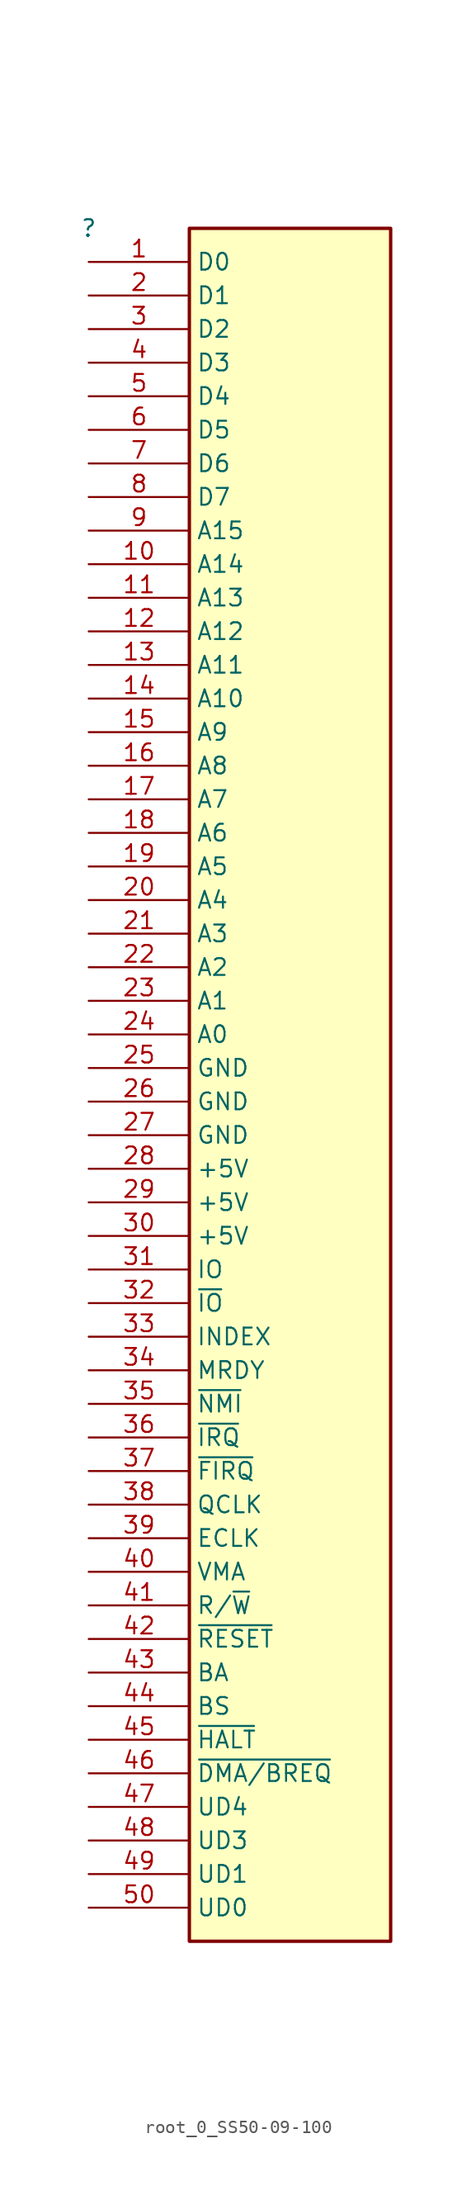
<source format=kicad_sym>
(kicad_symbol_lib
  (version 20231120)
  (generator "kicad_symbol_editor")
  (generator_version "8.0")
  (symbol "root_0_SS50-09-100"
    (property "Reference" ""
      (at 0 0 0)
      (effects (font (size 1.27 1.27))))
    (property "Value" ""
      (at 0 0 0)
      (effects (font (size 1.27 1.27))))
    (symbol "root_0_SS50-09-100_1_0"
      (rectangle (start 22.86 0) (end 7.62 -129.54) (stroke (width 0.254) (type solid) (color 128 0 0 1)) (fill (type background)))
      (pin bidirectional line (at 0 -2.54 0) (length 7.62) (name "D0" (effects (font (size 1.27 1.27)))) (number "1" (effects (font (size 1.27 1.27)))))
      (pin bidirectional line (at 0 -25.4 0) (length 7.62) (name "A14" (effects (font (size 1.27 1.27)))) (number "10" (effects (font (size 1.27 1.27)))))
      (pin bidirectional line (at 0 -27.94 0) (length 7.62) (name "A13" (effects (font (size 1.27 1.27)))) (number "11" (effects (font (size 1.27 1.27)))))
      (pin bidirectional line (at 0 -30.48 0) (length 7.62) (name "A12" (effects (font (size 1.27 1.27)))) (number "12" (effects (font (size 1.27 1.27)))))
      (pin bidirectional line (at 0 -33.02 0) (length 7.62) (name "A11" (effects (font (size 1.27 1.27)))) (number "13" (effects (font (size 1.27 1.27)))))
      (pin bidirectional line (at 0 -35.56 0) (length 7.62) (name "A10" (effects (font (size 1.27 1.27)))) (number "14" (effects (font (size 1.27 1.27)))))
      (pin bidirectional line (at 0 -38.1 0) (length 7.62) (name "A9" (effects (font (size 1.27 1.27)))) (number "15" (effects (font (size 1.27 1.27)))))
      (pin bidirectional line (at 0 -40.64 0) (length 7.62) (name "A8" (effects (font (size 1.27 1.27)))) (number "16" (effects (font (size 1.27 1.27)))))
      (pin bidirectional line (at 0 -43.18 0) (length 7.62) (name "A7" (effects (font (size 1.27 1.27)))) (number "17" (effects (font (size 1.27 1.27)))))
      (pin bidirectional line (at 0 -45.72 0) (length 7.62) (name "A6" (effects (font (size 1.27 1.27)))) (number "18" (effects (font (size 1.27 1.27)))))
      (pin bidirectional line (at 0 -48.26 0) (length 7.62) (name "A5" (effects (font (size 1.27 1.27)))) (number "19" (effects (font (size 1.27 1.27)))))
      (pin bidirectional line (at 0 -5.08 0) (length 7.62) (name "D1" (effects (font (size 1.27 1.27)))) (number "2" (effects (font (size 1.27 1.27)))))
      (pin bidirectional line (at 0 -50.8 0) (length 7.62) (name "A4" (effects (font (size 1.27 1.27)))) (number "20" (effects (font (size 1.27 1.27)))))
      (pin bidirectional line (at 0 -53.34 0) (length 7.62) (name "A3" (effects (font (size 1.27 1.27)))) (number "21" (effects (font (size 1.27 1.27)))))
      (pin bidirectional line (at 0 -55.88 0) (length 7.62) (name "A2" (effects (font (size 1.27 1.27)))) (number "22" (effects (font (size 1.27 1.27)))))
      (pin bidirectional line (at 0 -58.42 0) (length 7.62) (name "A1" (effects (font (size 1.27 1.27)))) (number "23" (effects (font (size 1.27 1.27)))))
      (pin bidirectional line (at 0 -60.96 0) (length 7.62) (name "A0" (effects (font (size 1.27 1.27)))) (number "24" (effects (font (size 1.27 1.27)))))
      (pin power_in line (at 0 -63.5 0) (length 7.62) (name "GND" (effects (font (size 1.27 1.27)))) (number "25" (effects (font (size 1.27 1.27)))))
      (pin power_in line (at 0 -66.04 0) (length 7.62) (name "GND" (effects (font (size 1.27 1.27)))) (number "26" (effects (font (size 1.27 1.27)))))
      (pin power_in line (at 0 -68.58 0) (length 7.62) (name "GND" (effects (font (size 1.27 1.27)))) (number "27" (effects (font (size 1.27 1.27)))))
      (pin power_in line (at 0 -71.12 0) (length 7.62) (name "+5V" (effects (font (size 1.27 1.27)))) (number "28" (effects (font (size 1.27 1.27)))))
      (pin power_in line (at 0 -73.66 0) (length 7.62) (name "+5V" (effects (font (size 1.27 1.27)))) (number "29" (effects (font (size 1.27 1.27)))))
      (pin bidirectional line (at 0 -7.62 0) (length 7.62) (name "D2" (effects (font (size 1.27 1.27)))) (number "3" (effects (font (size 1.27 1.27)))))
      (pin power_in line (at 0 -76.2 0) (length 7.62) (name "+5V" (effects (font (size 1.27 1.27)))) (number "30" (effects (font (size 1.27 1.27)))))
      (pin input line (at 0 -78.74 0) (length 7.62) (name "IO" (effects (font (size 1.27 1.27)))) (number "31" (effects (font (size 1.27 1.27)))))
      (pin input line (at 0 -81.28 0) (length 7.62) (name "~{IO}" (effects (font (size 1.27 1.27)))) (number "32" (effects (font (size 1.27 1.27)))))
      (pin passive line (at 0 -83.82 0) (length 7.62) (name "INDEX" (effects (font (size 1.27 1.27)))) (number "33" (effects (font (size 1.27 1.27)))))
      (pin bidirectional line (at 0 -86.36 0) (length 7.62) (name "MRDY" (effects (font (size 1.27 1.27)))) (number "34" (effects (font (size 1.27 1.27)))))
      (pin bidirectional line (at 0 -88.9 0) (length 7.62) (name "~{NMI}" (effects (font (size 1.27 1.27)))) (number "35" (effects (font (size 1.27 1.27)))))
      (pin bidirectional line (at 0 -91.44 0) (length 7.62) (name "~{IRQ}" (effects (font (size 1.27 1.27)))) (number "36" (effects (font (size 1.27 1.27)))))
      (pin passive line (at 0 -93.98 0) (length 7.62) (name "~{FIRQ}" (effects (font (size 1.27 1.27)))) (number "37" (effects (font (size 1.27 1.27)))))
      (pin passive line (at 0 -96.52 0) (length 7.62) (name "QCLK" (effects (font (size 1.27 1.27)))) (number "38" (effects (font (size 1.27 1.27)))))
      (pin bidirectional line (at 0 -99.06 0) (length 7.62) (name "ECLK" (effects (font (size 1.27 1.27)))) (number "39" (effects (font (size 1.27 1.27)))))
      (pin bidirectional line (at 0 -10.16 0) (length 7.62) (name "D3" (effects (font (size 1.27 1.27)))) (number "4" (effects (font (size 1.27 1.27)))))
      (pin bidirectional line (at 0 -101.6 0) (length 7.62) (name "VMA" (effects (font (size 1.27 1.27)))) (number "40" (effects (font (size 1.27 1.27)))))
      (pin bidirectional line (at 0 -104.14 0) (length 7.62) (name "R/~{W}" (effects (font (size 1.27 1.27)))) (number "41" (effects (font (size 1.27 1.27)))))
      (pin bidirectional line (at 0 -106.68 0) (length 7.62) (name "~{RESET}" (effects (font (size 1.27 1.27)))) (number "42" (effects (font (size 1.27 1.27)))))
      (pin bidirectional line (at 0 -109.22 0) (length 7.62) (name "BA" (effects (font (size 1.27 1.27)))) (number "43" (effects (font (size 1.27 1.27)))))
      (pin bidirectional line (at 0 -111.76 0) (length 7.62) (name "BS" (effects (font (size 1.27 1.27)))) (number "44" (effects (font (size 1.27 1.27)))))
      (pin bidirectional line (at 0 -114.3 0) (length 7.62) (name "~{HALT}" (effects (font (size 1.27 1.27)))) (number "45" (effects (font (size 1.27 1.27)))))
      (pin bidirectional line (at 0 -116.84 0) (length 7.62) (name "~{DMA/BREQ}" (effects (font (size 1.27 1.27)))) (number "46" (effects (font (size 1.27 1.27)))))
      (pin bidirectional line (at 0 -119.38 0) (length 7.62) (name "UD4" (effects (font (size 1.27 1.27)))) (number "47" (effects (font (size 1.27 1.27)))))
      (pin bidirectional line (at 0 -121.92 0) (length 7.62) (name "UD3" (effects (font (size 1.27 1.27)))) (number "48" (effects (font (size 1.27 1.27)))))
      (pin bidirectional line (at 0 -124.46 0) (length 7.62) (name "UD1" (effects (font (size 1.27 1.27)))) (number "49" (effects (font (size 1.27 1.27)))))
      (pin bidirectional line (at 0 -12.7 0) (length 7.62) (name "D4" (effects (font (size 1.27 1.27)))) (number "5" (effects (font (size 1.27 1.27)))))
      (pin bidirectional line (at 0 -127 0) (length 7.62) (name "UD0" (effects (font (size 1.27 1.27)))) (number "50" (effects (font (size 1.27 1.27)))))
      (pin bidirectional line (at 0 -15.24 0) (length 7.62) (name "D5" (effects (font (size 1.27 1.27)))) (number "6" (effects (font (size 1.27 1.27)))))
      (pin bidirectional line (at 0 -17.78 0) (length 7.62) (name "D6" (effects (font (size 1.27 1.27)))) (number "7" (effects (font (size 1.27 1.27)))))
      (pin bidirectional line (at 0 -20.32 0) (length 7.62) (name "D7" (effects (font (size 1.27 1.27)))) (number "8" (effects (font (size 1.27 1.27)))))
      (pin bidirectional line (at 0 -22.86 0) (length 7.62) (name "A15" (effects (font (size 1.27 1.27)))) (number "9" (effects (font (size 1.27 1.27))))))))
</source>
